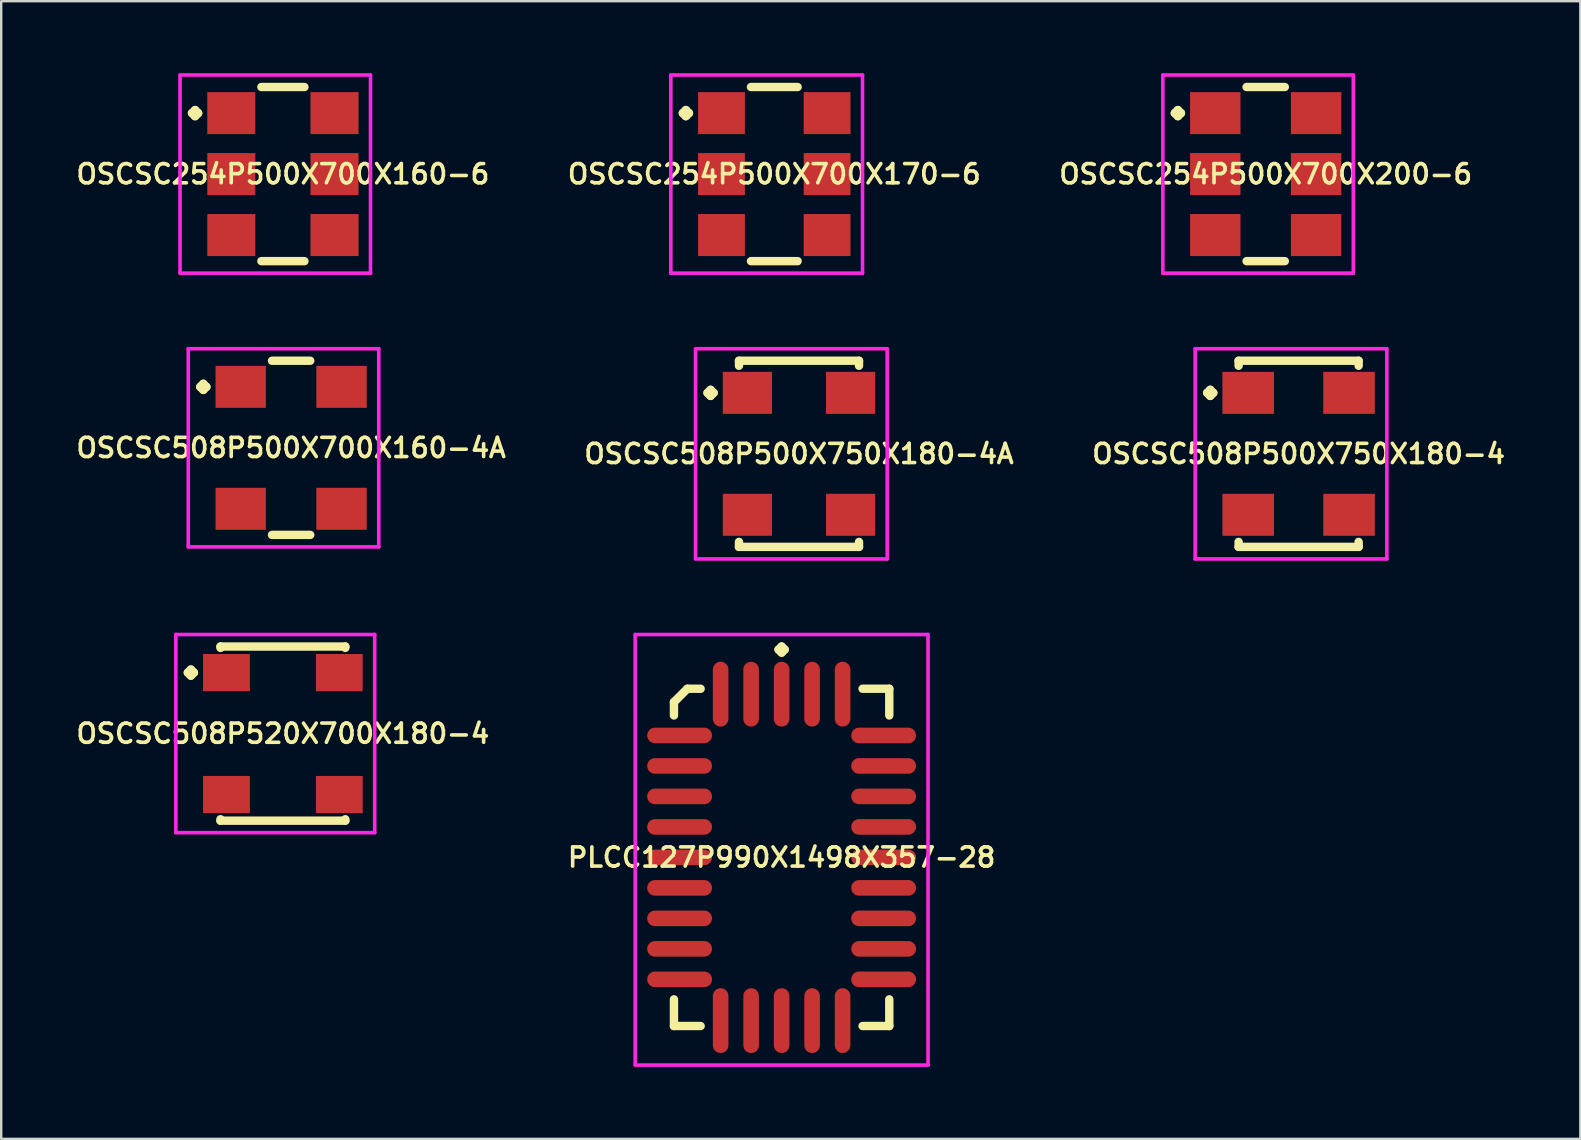
<source format=kicad_pcb>
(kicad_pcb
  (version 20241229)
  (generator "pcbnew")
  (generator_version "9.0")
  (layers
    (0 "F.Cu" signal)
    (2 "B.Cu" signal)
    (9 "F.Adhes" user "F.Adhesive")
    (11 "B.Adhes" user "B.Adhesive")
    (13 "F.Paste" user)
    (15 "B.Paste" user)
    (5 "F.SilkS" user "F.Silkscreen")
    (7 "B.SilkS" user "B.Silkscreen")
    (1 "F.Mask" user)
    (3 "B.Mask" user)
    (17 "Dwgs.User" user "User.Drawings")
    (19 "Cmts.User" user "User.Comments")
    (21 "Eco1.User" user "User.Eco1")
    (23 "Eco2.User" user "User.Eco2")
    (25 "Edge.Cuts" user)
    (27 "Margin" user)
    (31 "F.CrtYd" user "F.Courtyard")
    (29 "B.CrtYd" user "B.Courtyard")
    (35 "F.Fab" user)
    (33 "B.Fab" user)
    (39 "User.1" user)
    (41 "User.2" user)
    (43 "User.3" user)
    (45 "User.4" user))
  (footprint "OSCSC254P500X700X200-6"
    (layer "F.Cu")
    (at 49.677 4.202)
    (property "Reference" "OSCSC254P500X700X200-6" (at 0 0 0) (layer "F.SilkS") (effects (font (size 0.8 0.8) (thickness 0.15))))
    (attr smd)
    (fp_line (start -3.785 -2.54) (end -3.658 -2.667) (stroke (width 0.35) (type solid)) (layer "F.SilkS"))
    (fp_line (start -3.658 -2.667) (end -3.531 -2.54) (stroke (width 0.35) (type solid)) (layer "F.SilkS"))
    (fp_line (start -3.658 -2.413) (end -3.785 -2.54) (stroke (width 0.35) (type solid)) (layer "F.SilkS"))
    (fp_line (start -3.531 -2.54) (end -3.658 -2.413) (stroke (width 0.35) (type solid)) (layer "F.SilkS"))
    (fp_line (start -0.796 -3.627) (end 0.796 -3.627) (stroke (width 0.35) (type solid)) (layer "F.SilkS"))
    (fp_line (start -0.796 3.627) (end 0.796 3.627) (stroke (width 0.35) (type solid)) (layer "F.SilkS"))
    (fp_line (start -4.285 -4.127) (end 3.65 -4.127) (stroke (width 0.15) (type solid)) (layer "F.CrtYd"))
    (fp_line (start -4.285 4.127) (end -4.285 -4.127) (stroke (width 0.15) (type solid)) (layer "F.CrtYd"))
    (fp_line (start 3.65 -4.127) (end 3.65 4.127) (stroke (width 0.15) (type solid)) (layer "F.CrtYd"))
    (fp_line (start 3.65 4.127) (end -4.285 4.127) (stroke (width 0.15) (type solid)) (layer "F.CrtYd"))
    (pad "1" smd rect (at -2.1 -2.54) (size 2.1 1.75) (layers "F.Cu" "F.Mask" "F.Paste"))
    (pad "2" smd rect (at -2.1 0) (size 2.1 1.75) (layers "F.Cu" "F.Mask" "F.Paste"))
    (pad "3" smd rect (at -2.1 2.54) (size 2.1 1.75) (layers "F.Cu" "F.Mask" "F.Paste"))
    (pad "4" smd rect (at 2.1 2.54) (size 2.1 1.75) (layers "F.Cu" "F.Mask" "F.Paste"))
    (pad "5" smd rect (at 2.1 0) (size 2.1 1.75) (layers "F.Cu" "F.Mask" "F.Paste"))
    (pad "6" smd rect (at 2.1 -2.54) (size 2.1 1.75) (layers "F.Cu" "F.Mask" "F.Paste")))
  (footprint "OSCSC508P500X750X180-4A"
    (layer "F.Cu")
    (at 30.235 15.856)
    (property "Reference" "OSCSC508P500X750X180-4A" (at 0 0 0) (layer "F.SilkS") (effects (font (size 0.8 0.8) (thickness 0.15))))
    (attr smd)
    (fp_line (start -3.81 -2.54) (end -3.683 -2.667) (stroke (width 0.35) (type solid)) (layer "F.SilkS"))
    (fp_line (start -3.683 -2.667) (end -3.556 -2.54) (stroke (width 0.35) (type solid)) (layer "F.SilkS"))
    (fp_line (start -3.683 -2.413) (end -3.81 -2.54) (stroke (width 0.35) (type solid)) (layer "F.SilkS"))
    (fp_line (start -3.556 -2.54) (end -3.683 -2.413) (stroke (width 0.35) (type solid)) (layer "F.SilkS"))
    (fp_line (start -2.5 -3.877) (end 2.5 -3.877) (stroke (width 0.35) (type solid)) (layer "F.SilkS"))
    (fp_line (start -2.5 -3.669) (end -2.5 -3.877) (stroke (width 0.35) (type solid)) (layer "F.SilkS"))
    (fp_line (start -2.5 3.669) (end -2.5 3.877) (stroke (width 0.35) (type solid)) (layer "F.SilkS"))
    (fp_line (start -2.5 3.877) (end 2.5 3.877) (stroke (width 0.35) (type solid)) (layer "F.SilkS"))
    (fp_line (start 2.5 -3.877) (end 2.5 -3.669) (stroke (width 0.35) (type solid)) (layer "F.SilkS"))
    (fp_line (start 2.5 3.877) (end 2.5 3.669) (stroke (width 0.35) (type solid)) (layer "F.SilkS"))
    (fp_line (start -4.31 -4.377) (end 3.675 -4.377) (stroke (width 0.15) (type solid)) (layer "F.CrtYd"))
    (fp_line (start -4.31 4.377) (end -4.31 -4.377) (stroke (width 0.15) (type solid)) (layer "F.CrtYd"))
    (fp_line (start 3.675 -4.377) (end 3.675 4.377) (stroke (width 0.15) (type solid)) (layer "F.CrtYd"))
    (fp_line (start 3.675 4.377) (end -4.31 4.377) (stroke (width 0.15) (type solid)) (layer "F.CrtYd"))
    (pad "1" smd rect (at -2.15 -2.54) (size 2.05 1.75) (layers "F.Cu" "F.Mask" "F.Paste"))
    (pad "2" smd rect (at -2.15 2.54) (size 2.05 1.75) (layers "F.Cu" "F.Mask" "F.Paste"))
    (pad "3" smd rect (at 2.15 2.54) (size 2.05 1.75) (layers "F.Cu" "F.Mask" "F.Paste"))
    (pad "4" smd rect (at 2.15 -2.54) (size 2.05 1.75) (layers "F.Cu" "F.Mask" "F.Paste")))
  (footprint "OSCSC254P500X700X160-6"
    (layer "F.Cu")
    (at 8.735 4.202)
    (property "Reference" "OSCSC254P500X700X160-6" (at 0 0 0) (layer "F.SilkS") (effects (font (size 0.8 0.8) (thickness 0.15))))
    (attr smd)
    (fp_line (start -3.785 -2.54) (end -3.658 -2.667) (stroke (width 0.35) (type solid)) (layer "F.SilkS"))
    (fp_line (start -3.658 -2.667) (end -3.531 -2.54) (stroke (width 0.35) (type solid)) (layer "F.SilkS"))
    (fp_line (start -3.658 -2.413) (end -3.785 -2.54) (stroke (width 0.35) (type solid)) (layer "F.SilkS"))
    (fp_line (start -3.531 -2.54) (end -3.658 -2.413) (stroke (width 0.35) (type solid)) (layer "F.SilkS"))
    (fp_line (start -0.896 -3.627) (end 0.896 -3.627) (stroke (width 0.35) (type solid)) (layer "F.SilkS"))
    (fp_line (start -0.896 3.627) (end 0.896 3.627) (stroke (width 0.35) (type solid)) (layer "F.SilkS"))
    (fp_line (start -4.285 -4.127) (end 3.65 -4.127) (stroke (width 0.15) (type solid)) (layer "F.CrtYd"))
    (fp_line (start -4.285 4.127) (end -4.285 -4.127) (stroke (width 0.15) (type solid)) (layer "F.CrtYd"))
    (fp_line (start 3.65 -4.127) (end 3.65 4.127) (stroke (width 0.15) (type solid)) (layer "F.CrtYd"))
    (fp_line (start 3.65 4.127) (end -4.285 4.127) (stroke (width 0.15) (type solid)) (layer "F.CrtYd"))
    (pad "1" smd rect (at -2.15 -2.54) (size 2 1.75) (layers "F.Cu" "F.Mask" "F.Paste"))
    (pad "2" smd rect (at -2.15 0) (size 2 1.75) (layers "F.Cu" "F.Mask" "F.Paste"))
    (pad "3" smd rect (at -2.15 2.54) (size 2 1.75) (layers "F.Cu" "F.Mask" "F.Paste"))
    (pad "4" smd rect (at 2.15 2.54) (size 2 1.75) (layers "F.Cu" "F.Mask" "F.Paste"))
    (pad "5" smd rect (at 2.15 0) (size 2 1.75) (layers "F.Cu" "F.Mask" "F.Paste"))
    (pad "6" smd rect (at 2.15 -2.54) (size 2 1.75) (layers "F.Cu" "F.Mask" "F.Paste")))
  (footprint "OSCSC508P500X700X160-4A"
    (layer "F.Cu")
    (at 9.078 15.606)
    (property "Reference" "OSCSC508P500X700X160-4A" (at 0 0 0) (layer "F.SilkS") (effects (font (size 0.8 0.8) (thickness 0.15))))
    (attr smd)
    (fp_line (start -3.785 -2.54) (end -3.658 -2.667) (stroke (width 0.35) (type solid)) (layer "F.SilkS"))
    (fp_line (start -3.658 -2.667) (end -3.531 -2.54) (stroke (width 0.35) (type solid)) (layer "F.SilkS"))
    (fp_line (start -3.658 -2.413) (end -3.785 -2.54) (stroke (width 0.35) (type solid)) (layer "F.SilkS"))
    (fp_line (start -3.531 -2.54) (end -3.658 -2.413) (stroke (width 0.35) (type solid)) (layer "F.SilkS"))
    (fp_line (start -0.796 -3.627) (end 0.796 -3.627) (stroke (width 0.35) (type solid)) (layer "F.SilkS"))
    (fp_line (start -0.796 3.627) (end 0.796 3.627) (stroke (width 0.35) (type solid)) (layer "F.SilkS"))
    (fp_line (start -4.285 -4.127) (end 3.65 -4.127) (stroke (width 0.15) (type solid)) (layer "F.CrtYd"))
    (fp_line (start -4.285 4.127) (end -4.285 -4.127) (stroke (width 0.15) (type solid)) (layer "F.CrtYd"))
    (fp_line (start 3.65 -4.127) (end 3.65 4.127) (stroke (width 0.15) (type solid)) (layer "F.CrtYd"))
    (fp_line (start 3.65 4.127) (end -4.285 4.127) (stroke (width 0.15) (type solid)) (layer "F.CrtYd"))
    (pad "1" smd rect (at -2.1 -2.54) (size 2.1 1.75) (layers "F.Cu" "F.Mask" "F.Paste"))
    (pad "2" smd rect (at -2.1 2.54) (size 2.1 1.75) (layers "F.Cu" "F.Mask" "F.Paste"))
    (pad "3" smd rect (at 2.1 2.54) (size 2.1 1.75) (layers "F.Cu" "F.Mask" "F.Paste"))
    (pad "4" smd rect (at 2.1 -2.54) (size 2.1 1.75) (layers "F.Cu" "F.Mask" "F.Paste")))
  (footprint "OSCSC254P500X700X170-6"
    (layer "F.Cu")
    (at 29.206 4.202)
    (property "Reference" "OSCSC254P500X700X170-6" (at 0 0 0) (layer "F.SilkS") (effects (font (size 0.8 0.8) (thickness 0.15))))
    (attr smd)
    (fp_line (start -3.81 -2.54) (end -3.683 -2.667) (stroke (width 0.35) (type solid)) (layer "F.SilkS"))
    (fp_line (start -3.683 -2.667) (end -3.556 -2.54) (stroke (width 0.35) (type solid)) (layer "F.SilkS"))
    (fp_line (start -3.683 -2.413) (end -3.81 -2.54) (stroke (width 0.35) (type solid)) (layer "F.SilkS"))
    (fp_line (start -3.556 -2.54) (end -3.683 -2.413) (stroke (width 0.35) (type solid)) (layer "F.SilkS"))
    (fp_line (start -0.971 -3.627) (end 0.971 -3.627) (stroke (width 0.35) (type solid)) (layer "F.SilkS"))
    (fp_line (start -0.971 3.627) (end 0.971 3.627) (stroke (width 0.35) (type solid)) (layer "F.SilkS"))
    (fp_line (start -4.31 -4.127) (end 3.675 -4.127) (stroke (width 0.15) (type solid)) (layer "F.CrtYd"))
    (fp_line (start -4.31 4.127) (end -4.31 -4.127) (stroke (width 0.15) (type solid)) (layer "F.CrtYd"))
    (fp_line (start 3.675 -4.127) (end 3.675 4.127) (stroke (width 0.15) (type solid)) (layer "F.CrtYd"))
    (fp_line (start 3.675 4.127) (end -4.31 4.127) (stroke (width 0.15) (type solid)) (layer "F.CrtYd"))
    (pad "1" smd rect (at -2.2 -2.54) (size 1.95 1.75) (layers "F.Cu" "F.Mask" "F.Paste"))
    (pad "2" smd rect (at -2.2 0) (size 1.95 1.75) (layers "F.Cu" "F.Mask" "F.Paste"))
    (pad "3" smd rect (at -2.2 2.54) (size 1.95 1.75) (layers "F.Cu" "F.Mask" "F.Paste"))
    (pad "4" smd rect (at 2.2 2.54) (size 1.95 1.75) (layers "F.Cu" "F.Mask" "F.Paste"))
    (pad "5" smd rect (at 2.2 0) (size 1.95 1.75) (layers "F.Cu" "F.Mask" "F.Paste"))
    (pad "6" smd rect (at 2.2 -2.54) (size 1.95 1.75) (layers "F.Cu" "F.Mask" "F.Paste")))
  (footprint "PLCC127P990X1498X357-28"
    (layer "F.Cu")
    (at 29.511 32.668)
    (property "Reference" "PLCC127P990X1498X357-28" (at 0 0 0) (layer "F.SilkS") (effects (font (size 0.8 0.8) (thickness 0.15))))
    (attr smd)
    (fp_line (start -4.485 -6.469) (end -3.929 -7.025) (stroke (width 0.35) (type solid)) (layer "F.SilkS"))
    (fp_line (start -4.485 -5.913) (end -4.485 -6.469) (stroke (width 0.35) (type solid)) (layer "F.SilkS"))
    (fp_line (start -4.485 5.913) (end -4.485 7.025) (stroke (width 0.35) (type solid)) (layer "F.SilkS"))
    (fp_line (start -4.485 7.025) (end -3.373 7.025) (stroke (width 0.35) (type solid)) (layer "F.SilkS"))
    (fp_line (start -3.929 -7.025) (end -3.373 -7.025) (stroke (width 0.35) (type solid)) (layer "F.SilkS"))
    (fp_line (start -0.127 -8.658) (end 0 -8.785) (stroke (width 0.35) (type solid)) (layer "F.SilkS"))
    (fp_line (start 0 -8.785) (end 0.127 -8.658) (stroke (width 0.35) (type solid)) (layer "F.SilkS"))
    (fp_line (start 0 -8.531) (end -0.127 -8.658) (stroke (width 0.35) (type solid)) (layer "F.SilkS"))
    (fp_line (start 0.127 -8.658) (end 0 -8.531) (stroke (width 0.35) (type solid)) (layer "F.SilkS"))
    (fp_line (start 4.485 -7.025) (end 3.373 -7.025) (stroke (width 0.35) (type solid)) (layer "F.SilkS"))
    (fp_line (start 4.485 -5.913) (end 4.485 -7.025) (stroke (width 0.35) (type solid)) (layer "F.SilkS"))
    (fp_line (start 4.485 5.913) (end 4.485 7.025) (stroke (width 0.35) (type solid)) (layer "F.SilkS"))
    (fp_line (start 4.485 7.025) (end 3.373 7.025) (stroke (width 0.35) (type solid)) (layer "F.SilkS"))
    (fp_line (start -6.1 -9.285) (end 6.1 -9.285) (stroke (width 0.15) (type solid)) (layer "F.CrtYd"))
    (fp_line (start -6.1 8.65) (end -6.1 -9.285) (stroke (width 0.15) (type solid)) (layer "F.CrtYd"))
    (fp_line (start 6.1 -9.285) (end 6.1 8.65) (stroke (width 0.15) (type solid)) (layer "F.CrtYd"))
    (fp_line (start 6.1 8.65) (end -6.1 8.65) (stroke (width 0.15) (type solid)) (layer "F.CrtYd"))
    (pad "1" smd oval (at 0 -6.8) (size 0.65 2.7) (layers "F.Cu" "F.Mask" "F.Paste"))
    (pad "2" smd oval (at -1.27 -6.8) (size 0.65 2.7) (layers "F.Cu" "F.Mask" "F.Paste"))
    (pad "3" smd oval (at -2.54 -6.8) (size 0.65 2.7) (layers "F.Cu" "F.Mask" "F.Paste"))
    (pad "4" smd oval (at -4.25 -5.08) (size 2.7 0.65) (layers "F.Cu" "F.Mask" "F.Paste"))
    (pad "5" smd oval (at -4.25 -3.81) (size 2.7 0.65) (layers "F.Cu" "F.Mask" "F.Paste"))
    (pad "6" smd oval (at -4.25 -2.54) (size 2.7 0.65) (layers "F.Cu" "F.Mask" "F.Paste"))
    (pad "7" smd oval (at -4.25 -1.27) (size 2.7 0.65) (layers "F.Cu" "F.Mask" "F.Paste"))
    (pad "8" smd oval (at -4.25 0) (size 2.7 0.65) (layers "F.Cu" "F.Mask" "F.Paste"))
    (pad "9" smd oval (at -4.25 1.27) (size 2.7 0.65) (layers "F.Cu" "F.Mask" "F.Paste"))
    (pad "10" smd oval (at -4.25 2.54) (size 2.7 0.65) (layers "F.Cu" "F.Mask" "F.Paste"))
    (pad "11" smd oval (at -4.25 3.81) (size 2.7 0.65) (layers "F.Cu" "F.Mask" "F.Paste"))
    (pad "12" smd oval (at -4.25 5.08) (size 2.7 0.65) (layers "F.Cu" "F.Mask" "F.Paste"))
    (pad "13" smd oval (at -2.54 6.8) (size 0.65 2.7) (layers "F.Cu" "F.Mask" "F.Paste"))
    (pad "14" smd oval (at -1.27 6.8) (size 0.65 2.7) (layers "F.Cu" "F.Mask" "F.Paste"))
    (pad "15" smd oval (at 0 6.8) (size 0.65 2.7) (layers "F.Cu" "F.Mask" "F.Paste"))
    (pad "16" smd oval (at 1.27 6.8) (size 0.65 2.7) (layers "F.Cu" "F.Mask" "F.Paste"))
    (pad "17" smd oval (at 2.54 6.8) (size 0.65 2.7) (layers "F.Cu" "F.Mask" "F.Paste"))
    (pad "18" smd oval (at 4.25 5.08) (size 2.7 0.65) (layers "F.Cu" "F.Mask" "F.Paste"))
    (pad "19" smd oval (at 4.25 3.81) (size 2.7 0.65) (layers "F.Cu" "F.Mask" "F.Paste"))
    (pad "20" smd oval (at 4.25 2.54) (size 2.7 0.65) (layers "F.Cu" "F.Mask" "F.Paste"))
    (pad "21" smd oval (at 4.25 1.27) (size 2.7 0.65) (layers "F.Cu" "F.Mask" "F.Paste"))
    (pad "22" smd oval (at 4.25 0) (size 2.7 0.65) (layers "F.Cu" "F.Mask" "F.Paste"))
    (pad "23" smd oval (at 4.25 -1.27) (size 2.7 0.65) (layers "F.Cu" "F.Mask" "F.Paste"))
    (pad "24" smd oval (at 4.25 -2.54) (size 2.7 0.65) (layers "F.Cu" "F.Mask" "F.Paste"))
    (pad "25" smd oval (at 4.25 -3.81) (size 2.7 0.65) (layers "F.Cu" "F.Mask" "F.Paste"))
    (pad "26" smd oval (at 4.25 -5.08) (size 2.7 0.65) (layers "F.Cu" "F.Mask" "F.Paste"))
    (pad "27" smd oval (at 2.54 -6.8) (size 0.65 2.7) (layers "F.Cu" "F.Mask" "F.Paste"))
    (pad "28" smd oval (at 1.27 -6.8) (size 0.65 2.7) (layers "F.Cu" "F.Mask" "F.Paste")))
  (footprint "OSCSC508P520X700X180-4"
    (layer "F.Cu")
    (at 8.735 27.51)
    (property "Reference" "OSCSC508P520X700X180-4" (at 0 0 0) (layer "F.SilkS") (effects (font (size 0.8 0.8) (thickness 0.15))))
    (attr smd)
    (fp_line (start -3.96 -2.54) (end -3.833 -2.667) (stroke (width 0.35) (type solid)) (layer "F.SilkS"))
    (fp_line (start -3.833 -2.667) (end -3.706 -2.54) (stroke (width 0.35) (type solid)) (layer "F.SilkS"))
    (fp_line (start -3.833 -2.413) (end -3.96 -2.54) (stroke (width 0.35) (type solid)) (layer "F.SilkS"))
    (fp_line (start -3.706 -2.54) (end -3.833 -2.413) (stroke (width 0.35) (type solid)) (layer "F.SilkS"))
    (fp_line (start -2.6 -3.627) (end 2.6 -3.627) (stroke (width 0.35) (type solid)) (layer "F.SilkS"))
    (fp_line (start -2.6 -3.569) (end -2.6 -3.627) (stroke (width 0.35) (type solid)) (layer "F.SilkS"))
    (fp_line (start -2.6 3.569) (end -2.6 3.627) (stroke (width 0.35) (type solid)) (layer "F.SilkS"))
    (fp_line (start -2.6 3.627) (end 2.6 3.627) (stroke (width 0.35) (type solid)) (layer "F.SilkS"))
    (fp_line (start 2.6 -3.627) (end 2.6 -3.569) (stroke (width 0.35) (type solid)) (layer "F.SilkS"))
    (fp_line (start 2.6 3.627) (end 2.6 3.569) (stroke (width 0.35) (type solid)) (layer "F.SilkS"))
    (fp_line (start -4.46 -4.127) (end 3.825 -4.127) (stroke (width 0.15) (type solid)) (layer "F.CrtYd"))
    (fp_line (start -4.46 4.127) (end -4.46 -4.127) (stroke (width 0.15) (type solid)) (layer "F.CrtYd"))
    (fp_line (start 3.825 -4.127) (end 3.825 4.127) (stroke (width 0.15) (type solid)) (layer "F.CrtYd"))
    (fp_line (start 3.825 4.127) (end -4.46 4.127) (stroke (width 0.15) (type solid)) (layer "F.CrtYd"))
    (pad "1" smd rect (at -2.35 -2.54) (size 1.95 1.55) (layers "F.Cu" "F.Mask" "F.Paste"))
    (pad "2" smd rect (at -2.35 2.54) (size 1.95 1.55) (layers "F.Cu" "F.Mask" "F.Paste"))
    (pad "3" smd rect (at 2.35 2.54) (size 1.95 1.55) (layers "F.Cu" "F.Mask" "F.Paste"))
    (pad "4" smd rect (at 2.35 -2.54) (size 1.95 1.55) (layers "F.Cu" "F.Mask" "F.Paste")))
  (footprint "OSCSC508P500X750X180-4"
    (layer "F.Cu")
    (at 51.049 15.856)
    (property "Reference" "OSCSC508P500X750X180-4" (at 0 0 0) (layer "F.SilkS") (effects (font (size 0.8 0.8) (thickness 0.15))))
    (attr smd)
    (fp_line (start -3.81 -2.54) (end -3.683 -2.667) (stroke (width 0.35) (type solid)) (layer "F.SilkS"))
    (fp_line (start -3.683 -2.667) (end -3.556 -2.54) (stroke (width 0.35) (type solid)) (layer "F.SilkS"))
    (fp_line (start -3.683 -2.413) (end -3.81 -2.54) (stroke (width 0.35) (type solid)) (layer "F.SilkS"))
    (fp_line (start -3.556 -2.54) (end -3.683 -2.413) (stroke (width 0.35) (type solid)) (layer "F.SilkS"))
    (fp_line (start -2.5 -3.877) (end 2.5 -3.877) (stroke (width 0.35) (type solid)) (layer "F.SilkS"))
    (fp_line (start -2.5 -3.669) (end -2.5 -3.877) (stroke (width 0.35) (type solid)) (layer "F.SilkS"))
    (fp_line (start -2.5 3.669) (end -2.5 3.877) (stroke (width 0.35) (type solid)) (layer "F.SilkS"))
    (fp_line (start -2.5 3.877) (end 2.5 3.877) (stroke (width 0.35) (type solid)) (layer "F.SilkS"))
    (fp_line (start 2.5 -3.877) (end 2.5 -3.669) (stroke (width 0.35) (type solid)) (layer "F.SilkS"))
    (fp_line (start 2.5 3.877) (end 2.5 3.669) (stroke (width 0.35) (type solid)) (layer "F.SilkS"))
    (fp_line (start -4.31 -4.377) (end 3.675 -4.377) (stroke (width 0.15) (type solid)) (layer "F.CrtYd"))
    (fp_line (start -4.31 4.377) (end -4.31 -4.377) (stroke (width 0.15) (type solid)) (layer "F.CrtYd"))
    (fp_line (start 3.675 -4.377) (end 3.675 4.377) (stroke (width 0.15) (type solid)) (layer "F.CrtYd"))
    (fp_line (start 3.675 4.377) (end -4.31 4.377) (stroke (width 0.15) (type solid)) (layer "F.CrtYd"))
    (pad "1" smd rect (at -2.1 -2.54) (size 2.15 1.75) (layers "F.Cu" "F.Mask" "F.Paste"))
    (pad "2" smd rect (at -2.1 2.54) (size 2.15 1.75) (layers "F.Cu" "F.Mask" "F.Paste"))
    (pad "3" smd rect (at 2.1 2.54) (size 2.15 1.75) (layers "F.Cu" "F.Mask" "F.Paste"))
    (pad "4" smd rect (at 2.1 -2.54) (size 2.15 1.75) (layers "F.Cu" "F.Mask" "F.Paste")))
  (gr_rect
    (start -3 -3)
    (end 62.784 44.393)
    (stroke (width 0.1) (type default))
    (fill no)
    (layer "Edge.Cuts")))
</source>
